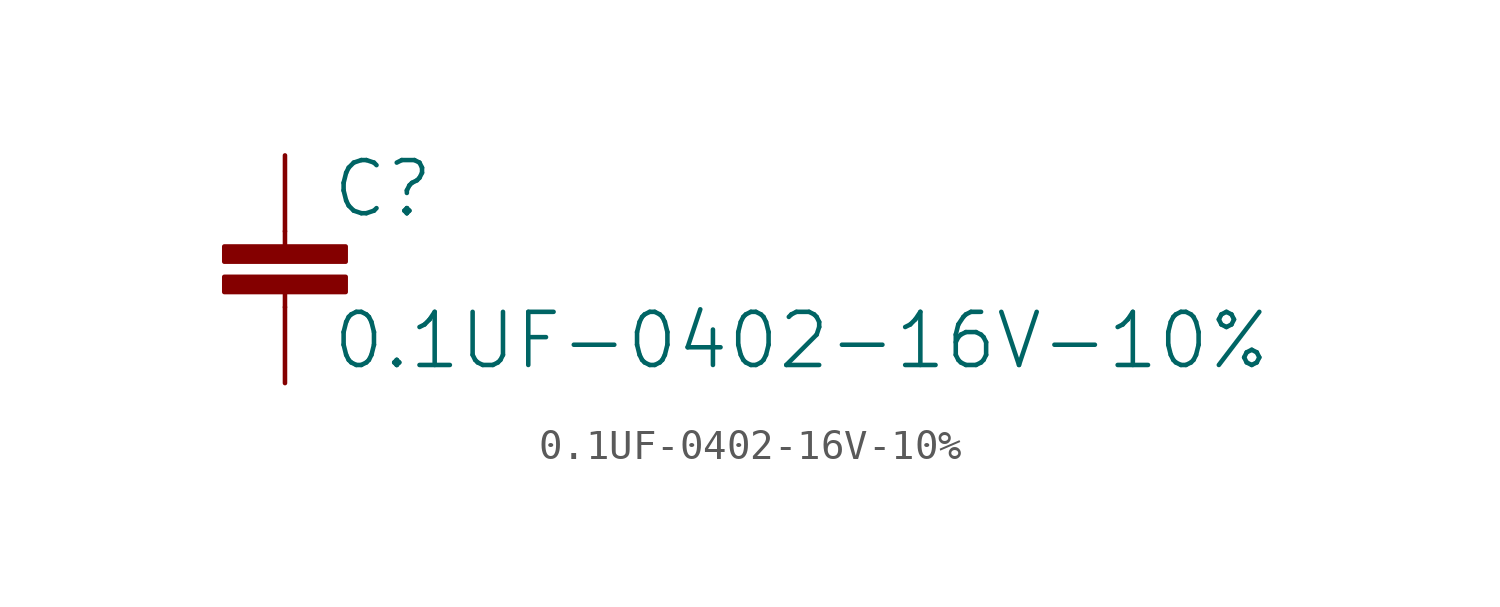
<source format=kicad_sym>
(kicad_symbol_lib
  (version 20220331)
  (generator kicad_symbol_editor)
  (symbol "0.1UF-0402-16V-10%"
    (property "Reference" "C"
      (at 1.524 2.921 0)
      (effects (font (size 1.778 1.778)) (justify left bottom)))
    (property "Value" "0.1UF-0402-16V-10%"
      (at 1.524 -2.159 0)
      (effects (font (size 1.778 1.778)) (justify left bottom)))
    (property "ki_locked" ""
      (at 0 0 0)
      (effects (font (size 1.27 1.27))))
    (symbol "0.1UF-0402-16V-10%_1_0"
      (rectangle (start -2.032 0.508) (end 2.032 1.016) (stroke (width 0) (type default)) (fill (type outline)))
      (rectangle (start -2.032 1.524) (end 2.032 2.032) (stroke (width 0) (type default)) (fill (type outline)))
      (polyline (pts (xy 0 0) (xy 0 0.508)) (stroke (width 0.152) (type solid)) (fill (type none)))
      (polyline (pts (xy 0 2.54) (xy 0 2.032)) (stroke (width 0.152) (type solid)) (fill (type none)))
      (pin passive line (at 0 5.08 270) (length 2.54) (name "1" (effects (font (size 0 0)))) (number "1" (effects (font (size 0 0)))))
      (pin passive line (at 0 -2.54 90) (length 2.54) (name "2" (effects (font (size 0 0)))) (number "2" (effects (font (size 0 0))))))))
</source>
